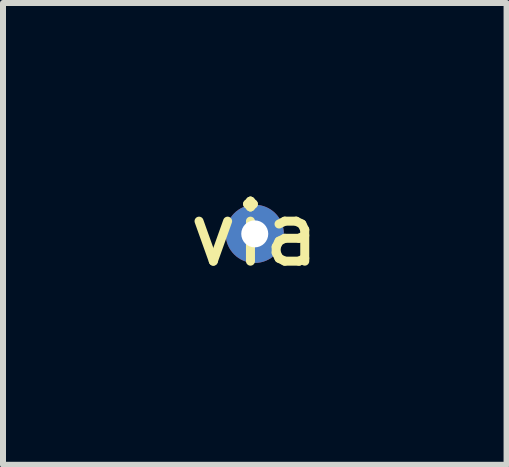
<source format=kicad_pcb>
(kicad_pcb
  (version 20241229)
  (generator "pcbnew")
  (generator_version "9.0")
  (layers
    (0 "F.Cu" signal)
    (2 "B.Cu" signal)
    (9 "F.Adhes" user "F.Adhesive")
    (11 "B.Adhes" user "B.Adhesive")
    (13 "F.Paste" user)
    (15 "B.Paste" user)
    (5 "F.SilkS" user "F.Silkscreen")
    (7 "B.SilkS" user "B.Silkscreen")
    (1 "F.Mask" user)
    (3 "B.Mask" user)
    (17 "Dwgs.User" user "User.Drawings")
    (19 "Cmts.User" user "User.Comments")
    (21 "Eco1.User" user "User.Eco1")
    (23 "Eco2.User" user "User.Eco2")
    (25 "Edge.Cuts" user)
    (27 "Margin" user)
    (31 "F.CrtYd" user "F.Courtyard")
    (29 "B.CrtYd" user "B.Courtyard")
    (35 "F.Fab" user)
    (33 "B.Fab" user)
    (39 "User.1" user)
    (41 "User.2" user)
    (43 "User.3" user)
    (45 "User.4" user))
  (footprint "via"
    (layer "F.Cu")
    (at 1.196 0.848)
    (property "Reference" "via" (at 0 0 0) (layer "F.SilkS") (effects (font (size 1 1) (thickness 0.15))))
    (attr through_hole)
    (pad "1" thru_hole circle (at 0 0) (size 0.97 0.97) (drill 0.45) (layers "*.Cu" "*.Mask")))
  (gr_rect
    (start -3 -3)
    (end 5.393 4.697)
    (stroke (width 0.1) (type default))
    (fill no)
    (layer "Edge.Cuts")))
</source>
